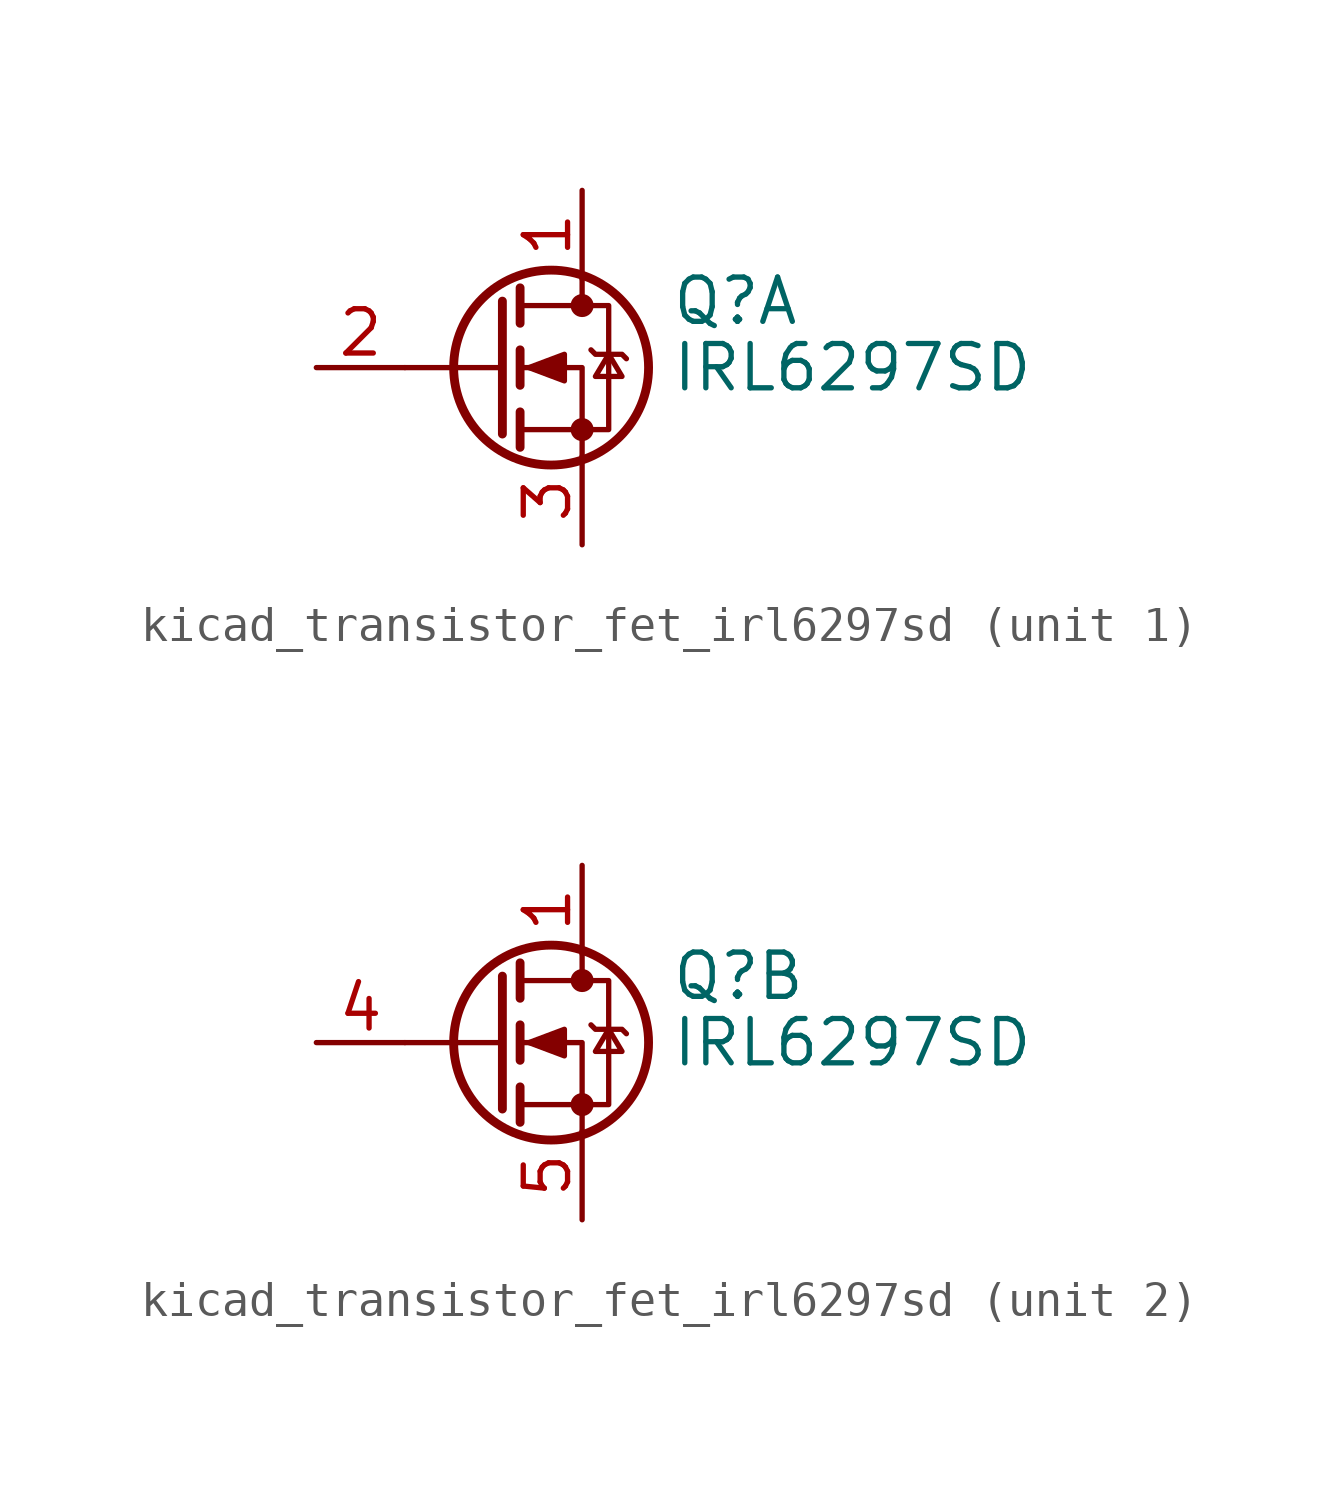
<source format=kicad_sym>
(kicad_symbol_lib
  (version 20220914)
  (generator kicad_symbol_editor)
  (symbol "kicad_transistor_fet_irl6297sd"
    (pin_names hide)
    (property "Reference" "Q"
      (at 5.08 1.905 0)
      (effects (font (size 1.27 1.27)) (justify left)))
    (property "Value" "IRL6297SD"
      (at 5.08 0 0)
      (effects (font (size 1.27 1.27)) (justify left)))
    (symbol "kicad_transistor_fet_irl6297sd_0_1"
      (polyline (pts (xy 0.254 0) (xy -2.54 0)) (stroke (width 0) (type default)) (fill (type none)))
      (polyline (pts (xy 0.254 1.905) (xy 0.254 -1.905)) (stroke (width 0.254) (type default)) (fill (type none)))
      (polyline (pts (xy 0.762 -1.27) (xy 0.762 -2.286)) (stroke (width 0.254) (type default)) (fill (type none)))
      (polyline (pts (xy 0.762 0.508) (xy 0.762 -0.508)) (stroke (width 0.254) (type default)) (fill (type none)))
      (polyline (pts (xy 0.762 2.286) (xy 0.762 1.27)) (stroke (width 0.254) (type default)) (fill (type none)))
      (polyline (pts (xy 2.54 2.54) (xy 2.54 1.778)) (stroke (width 0) (type default)) (fill (type none)))
      (polyline (pts (xy 2.54 -2.54) (xy 2.54 0) (xy 0.762 0)) (stroke (width 0) (type default)) (fill (type none)))
      (polyline (pts (xy 0.762 -1.778) (xy 3.302 -1.778) (xy 3.302 1.778) (xy 0.762 1.778)) (stroke (width 0) (type default)) (fill (type none)))
      (polyline (pts (xy 1.016 0) (xy 2.032 0.381) (xy 2.032 -0.381) (xy 1.016 0)) (stroke (width 0) (type default)) (fill (type outline)))
      (polyline (pts (xy 2.794 0.508) (xy 2.921 0.381) (xy 3.683 0.381) (xy 3.81 0.254)) (stroke (width 0) (type default)) (fill (type none)))
      (polyline (pts (xy 3.302 0.381) (xy 2.921 -0.254) (xy 3.683 -0.254) (xy 3.302 0.381)) (stroke (width 0) (type default)) (fill (type none)))
      (circle (center 1.651 0) (radius 2.794) (stroke (width 0.254) (type default)) (fill (type none)))
      (circle (center 2.54 -1.778) (radius 0.254) (stroke (width 0) (type default)) (fill (type outline)))
      (circle (center 2.54 1.778) (radius 0.254) (stroke (width 0) (type default)) (fill (type outline))))
    (symbol "kicad_transistor_fet_irl6297sd_1_1"
      (pin passive line (at 2.54 5.08 270) (length 2.54) (name "D" (effects (font (size 1.27 1.27)))) (number "1" (effects (font (size 1.27 1.27)))))
      (pin input line (at -5.08 0 0) (length 2.54) (name "G1" (effects (font (size 1.27 1.27)))) (number "2" (effects (font (size 1.27 1.27)))))
      (pin passive line (at 2.54 -5.08 90) (length 2.54) (name "S1" (effects (font (size 1.27 1.27)))) (number "3" (effects (font (size 1.27 1.27))))))
    (symbol "kicad_transistor_fet_irl6297sd_2_1"
      (pin passive line (at 2.54 5.08 270) (length 2.54) (name "D" (effects (font (size 1.27 1.27)))) (number "1" (effects (font (size 1.27 1.27)))))
      (pin input line (at -5.08 0 0) (length 2.54) (name "G2" (effects (font (size 1.27 1.27)))) (number "4" (effects (font (size 1.27 1.27)))))
      (pin passive line (at 2.54 -5.08 90) (length 2.54) (name "S2" (effects (font (size 1.27 1.27)))) (number "5" (effects (font (size 1.27 1.27))))))))
</source>
